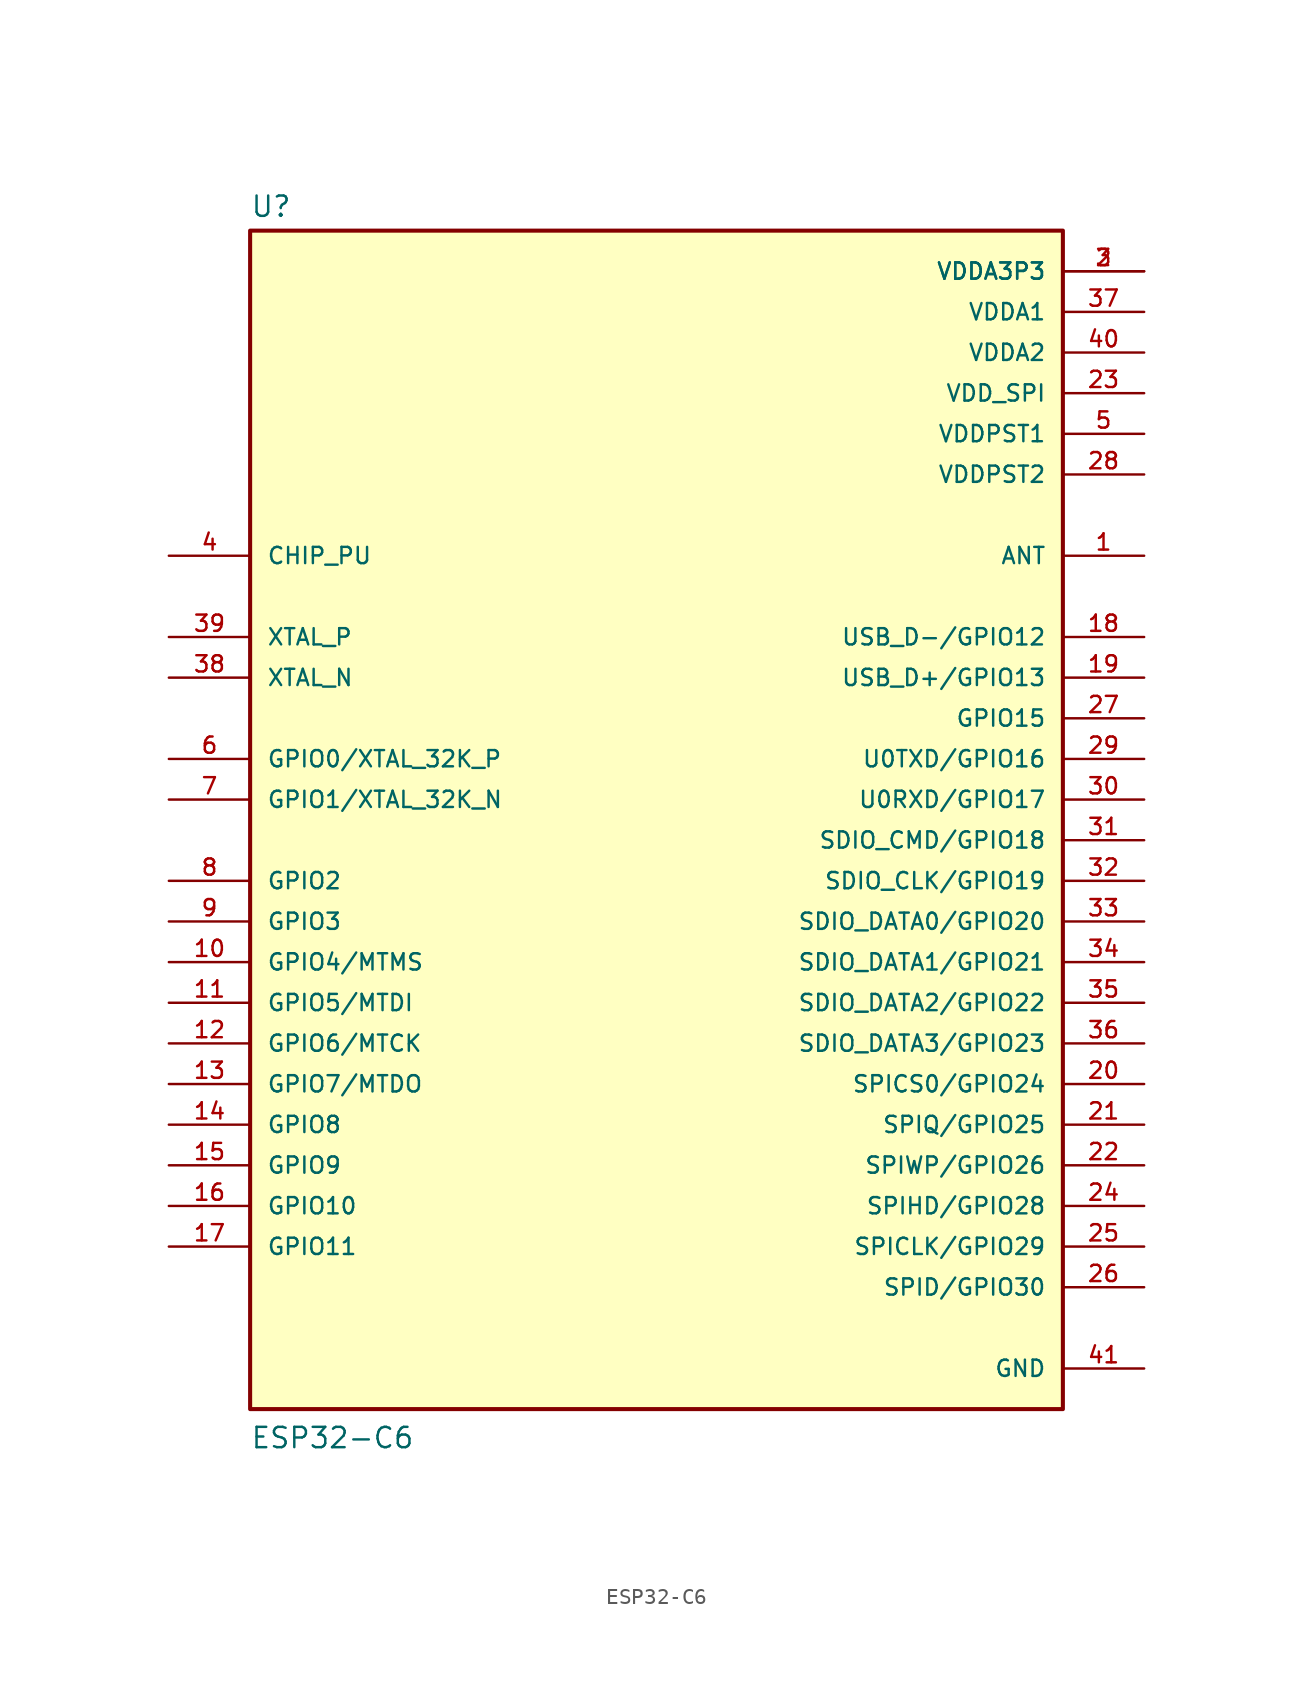
<source format=kicad_sym>
(kicad_symbol_lib
  (version 20211014)
  (generator kicad_symbol_editor)
  (symbol "ESP32-C6"
    (pin_names
      (offset 1.016))
    (property "Reference" "U"
      (at -25.4 36.322 0)
      (effects (font (size 1.27 1.27)) (justify bottom left)))
    (property "Value" "ESP32-C6"
      (at -25.4 -40.64 0)
      (effects (font (size 1.27 1.27)) (justify bottom left)))
    (symbol "ESP32-C6_0_0"
      (rectangle (start -25.4 -38.1) (end 25.4 35.56) (stroke (width 0.254)) (fill (type background)))
      (pin bidirectional line (at 30.48 15.24 180.0) (length 5.08) (name "ANT" (effects (font (size 1.016 1.016)))) (number "1" (effects (font (size 1.016 1.016)))))
      (pin power_in line (at 30.48 33.02 180.0) (length 5.08) (name "VDDA3P3" (effects (font (size 1.016 1.016)))) (number "2" (effects (font (size 1.016 1.016)))))
      (pin power_in line (at 30.48 33.02 180.0) (length 5.08) (name "VDDA3P3" (effects (font (size 1.016 1.016)))) (number "3" (effects (font (size 1.016 1.016)))))
      (pin input line (at -30.48 15.24 0) (length 5.08) (name "CHIP_PU" (effects (font (size 1.016 1.016)))) (number "4" (effects (font (size 1.016 1.016)))))
      (pin power_in line (at 30.48 22.86 180.0) (length 5.08) (name "VDDPST1" (effects (font (size 1.016 1.016)))) (number "5" (effects (font (size 1.016 1.016)))))
      (pin bidirectional line (at -30.48 2.54 0) (length 5.08) (name "GPIO0/XTAL_32K_P" (effects (font (size 1.016 1.016)))) (number "6" (effects (font (size 1.016 1.016)))))
      (pin bidirectional line (at -30.48 0.0 0) (length 5.08) (name "GPIO1/XTAL_32K_N" (effects (font (size 1.016 1.016)))) (number "7" (effects (font (size 1.016 1.016)))))
      (pin bidirectional line (at -30.48 -7.62 0) (length 5.08) (name "GPIO3" (effects (font (size 1.016 1.016)))) (number "9" (effects (font (size 1.016 1.016)))))
      (pin bidirectional line (at -30.48 -5.08 0) (length 5.08) (name "GPIO2" (effects (font (size 1.016 1.016)))) (number "8" (effects (font (size 1.016 1.016)))))
      (pin bidirectional line (at -30.48 -10.16 0) (length 5.08) (name "GPIO4/MTMS" (effects (font (size 1.016 1.016)))) (number "10" (effects (font (size 1.016 1.016)))))
      (pin bidirectional line (at -30.48 -12.7 0) (length 5.08) (name "GPIO5/MTDI" (effects (font (size 1.016 1.016)))) (number "11" (effects (font (size 1.016 1.016)))))
      (pin bidirectional line (at -30.48 -15.24 0) (length 5.08) (name "GPIO6/MTCK" (effects (font (size 1.016 1.016)))) (number "12" (effects (font (size 1.016 1.016)))))
      (pin bidirectional line (at -30.48 -17.78 0) (length 5.08) (name "GPIO7/MTDO" (effects (font (size 1.016 1.016)))) (number "13" (effects (font (size 1.016 1.016)))))
      (pin bidirectional line (at -30.48 -20.32 0) (length 5.08) (name "GPIO8" (effects (font (size 1.016 1.016)))) (number "14" (effects (font (size 1.016 1.016)))))
      (pin bidirectional line (at -30.48 -22.86 0) (length 5.08) (name "GPIO9" (effects (font (size 1.016 1.016)))) (number "15" (effects (font (size 1.016 1.016)))))
      (pin bidirectional line (at 30.48 10.16 180.0) (length 5.08) (name "USB_D-/GPIO12" (effects (font (size 1.016 1.016)))) (number "18" (effects (font (size 1.016 1.016)))))
      (pin bidirectional line (at 30.48 7.62 180.0) (length 5.08) (name "USB_D+/GPIO13" (effects (font (size 1.016 1.016)))) (number "19" (effects (font (size 1.016 1.016)))))
      (pin bidirectional line (at 30.48 5.08 180.0) (length 5.08) (name "GPIO15" (effects (font (size 1.016 1.016)))) (number "27" (effects (font (size 1.016 1.016)))))
      (pin power_in line (at 30.48 20.32 180.0) (length 5.08) (name "VDDPST2" (effects (font (size 1.016 1.016)))) (number "28" (effects (font (size 1.016 1.016)))))
      (pin bidirectional line (at 30.48 2.54 180.0) (length 5.08) (name "U0TXD/GPIO16" (effects (font (size 1.016 1.016)))) (number "29" (effects (font (size 1.016 1.016)))))
      (pin bidirectional line (at 30.48 0.0 180.0) (length 5.08) (name "U0RXD/GPIO17" (effects (font (size 1.016 1.016)))) (number "30" (effects (font (size 1.016 1.016)))))
      (pin bidirectional line (at 30.48 -2.54 180.0) (length 5.08) (name "SDIO_CMD/GPIO18" (effects (font (size 1.016 1.016)))) (number "31" (effects (font (size 1.016 1.016)))))
      (pin bidirectional line (at 30.48 -5.08 180.0) (length 5.08) (name "SDIO_CLK/GPIO19" (effects (font (size 1.016 1.016)))) (number "32" (effects (font (size 1.016 1.016)))))
      (pin bidirectional line (at 30.48 -7.62 180.0) (length 5.08) (name "SDIO_DATA0/GPIO20" (effects (font (size 1.016 1.016)))) (number "33" (effects (font (size 1.016 1.016)))))
      (pin bidirectional line (at 30.48 -10.16 180.0) (length 5.08) (name "SDIO_DATA1/GPIO21" (effects (font (size 1.016 1.016)))) (number "34" (effects (font (size 1.016 1.016)))))
      (pin bidirectional line (at 30.48 -12.7 180.0) (length 5.08) (name "SDIO_DATA2/GPIO22" (effects (font (size 1.016 1.016)))) (number "35" (effects (font (size 1.016 1.016)))))
      (pin bidirectional line (at 30.48 -15.24 180.0) (length 5.08) (name "SDIO_DATA3/GPIO23" (effects (font (size 1.016 1.016)))) (number "36" (effects (font (size 1.016 1.016)))))
      (pin power_in line (at 30.48 30.48 180.0) (length 5.08) (name "VDDA1" (effects (font (size 1.016 1.016)))) (number "37" (effects (font (size 1.016 1.016)))))
      (pin bidirectional line (at -30.48 7.62 0) (length 5.08) (name "XTAL_N" (effects (font (size 1.016 1.016)))) (number "38" (effects (font (size 1.016 1.016)))))
      (pin bidirectional line (at -30.48 10.16 0) (length 5.08) (name "XTAL_P" (effects (font (size 1.016 1.016)))) (number "39" (effects (font (size 1.016 1.016)))))
      (pin power_in line (at 30.48 27.94 180.0) (length 5.08) (name "VDDA2" (effects (font (size 1.016 1.016)))) (number "40" (effects (font (size 1.016 1.016)))))
      (pin power_in line (at 30.48 -35.56 180.0) (length 5.08) (name "GND" (effects (font (size 1.016 1.016)))) (number "41" (effects (font (size 1.016 1.016)))))
      (pin bidirectional line (at -30.48 -25.4 0) (length 5.08) (name "GPIO10" (effects (font (size 1.016 1.016)))) (number "16" (effects (font (size 1.016 1.016)))))
      (pin bidirectional line (at -30.48 -27.94 0) (length 5.08) (name "GPIO11" (effects (font (size 1.016 1.016)))) (number "17" (effects (font (size 1.016 1.016)))))
      (pin bidirectional line (at 30.48 -17.78 180.0) (length 5.08) (name "SPICS0/GPIO24" (effects (font (size 1.016 1.016)))) (number "20" (effects (font (size 1.016 1.016)))))
      (pin bidirectional line (at 30.48 -20.32 180.0) (length 5.08) (name "SPIQ/GPIO25" (effects (font (size 1.016 1.016)))) (number "21" (effects (font (size 1.016 1.016)))))
      (pin bidirectional line (at 30.48 -22.86 180.0) (length 5.08) (name "SPIWP/GPIO26" (effects (font (size 1.016 1.016)))) (number "22" (effects (font (size 1.016 1.016)))))
      (pin power_in line (at 30.48 25.4 180.0) (length 5.08) (name "VDD_SPI" (effects (font (size 1.016 1.016)))) (number "23" (effects (font (size 1.016 1.016)))))
      (pin bidirectional line (at 30.48 -25.4 180.0) (length 5.08) (name "SPIHD/GPIO28" (effects (font (size 1.016 1.016)))) (number "24" (effects (font (size 1.016 1.016)))))
      (pin bidirectional line (at 30.48 -27.94 180.0) (length 5.08) (name "SPICLK/GPIO29" (effects (font (size 1.016 1.016)))) (number "25" (effects (font (size 1.016 1.016)))))
      (pin bidirectional line (at 30.48 -30.48 180.0) (length 5.08) (name "SPID/GPIO30" (effects (font (size 1.016 1.016)))) (number "26" (effects (font (size 1.016 1.016))))))))
</source>
